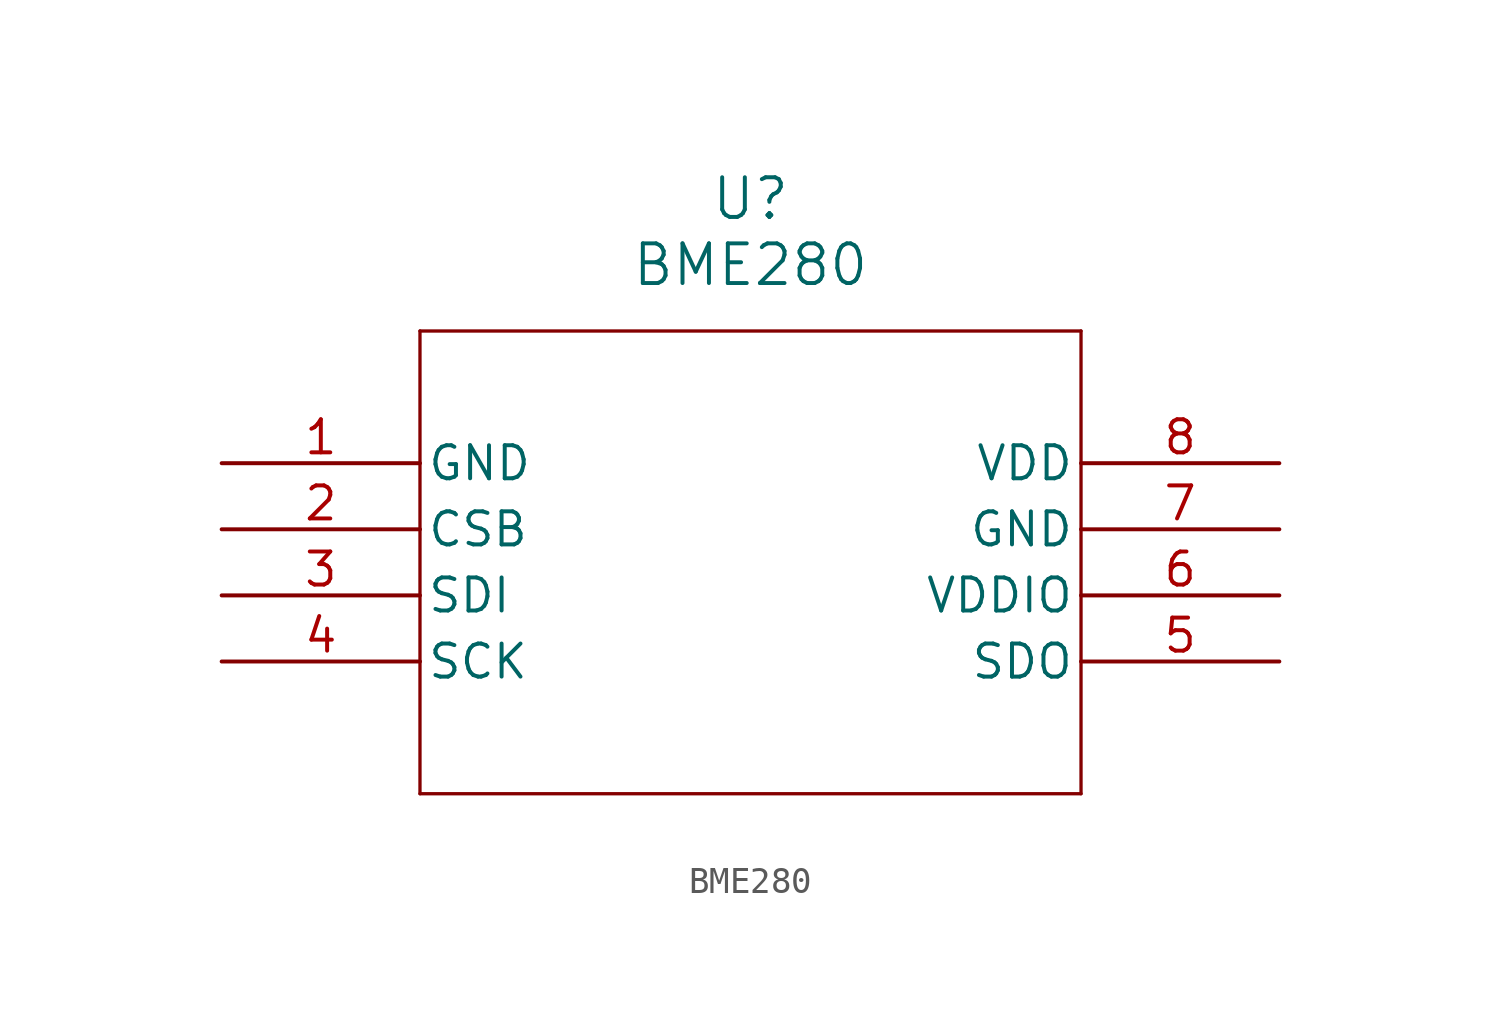
<source format=kicad_sym>
(kicad_symbol_lib
  (version 20211014)
  (generator kicad_symbol_editor)
  (symbol "BME280"
    (pin_names
      (offset 0.254))
    (property "Reference" "U"
      (at 20.32 10.16 0)
      (effects (font (size 1.524 1.524))))
    (property "Value" "BME280"
      (at 20.32 7.62 0)
      (effects (font (size 1.524 1.524))))
    (symbol "BME280_0_1"
      (polyline (pts (xy 7.62 5.08) (xy 7.62 -12.7)) (stroke (width 0.127) (type default) (color 0 0 0 0)) (fill (type none)))
      (polyline (pts (xy 7.62 -12.7) (xy 33.02 -12.7)) (stroke (width 0.127) (type default) (color 0 0 0 0)) (fill (type none)))
      (polyline (pts (xy 33.02 -12.7) (xy 33.02 5.08)) (stroke (width 0.127) (type default) (color 0 0 0 0)) (fill (type none)))
      (polyline (pts (xy 33.02 5.08) (xy 7.62 5.08)) (stroke (width 0.127) (type default) (color 0 0 0 0)) (fill (type none)))
      (pin power_out line (at 0 0 0) (length 7.62) (name "GND" (effects (font (size 1.27 1.27)))) (number "1" (effects (font (size 1.27 1.27)))))
      (pin input line (at 0 -2.54 0) (length 7.62) (name "CSB" (effects (font (size 1.27 1.27)))) (number "2" (effects (font (size 1.27 1.27)))))
      (pin bidirectional line (at 0 -5.08 0) (length 7.62) (name "SDI" (effects (font (size 1.27 1.27)))) (number "3" (effects (font (size 1.27 1.27)))))
      (pin input line (at 0 -7.62 0) (length 7.62) (name "SCK" (effects (font (size 1.27 1.27)))) (number "4" (effects (font (size 1.27 1.27)))))
      (pin bidirectional line (at 40.64 -7.62 180) (length 7.62) (name "SDO" (effects (font (size 1.27 1.27)))) (number "5" (effects (font (size 1.27 1.27)))))
      (pin power_in line (at 40.64 -5.08 180) (length 7.62) (name "VDDIO" (effects (font (size 1.27 1.27)))) (number "6" (effects (font (size 1.27 1.27)))))
      (pin power_out line (at 40.64 -2.54 180) (length 7.62) (name "GND" (effects (font (size 1.27 1.27)))) (number "7" (effects (font (size 1.27 1.27)))))
      (pin power_in line (at 40.64 0 180) (length 7.62) (name "VDD" (effects (font (size 1.27 1.27)))) (number "8" (effects (font (size 1.27 1.27))))))))
</source>
